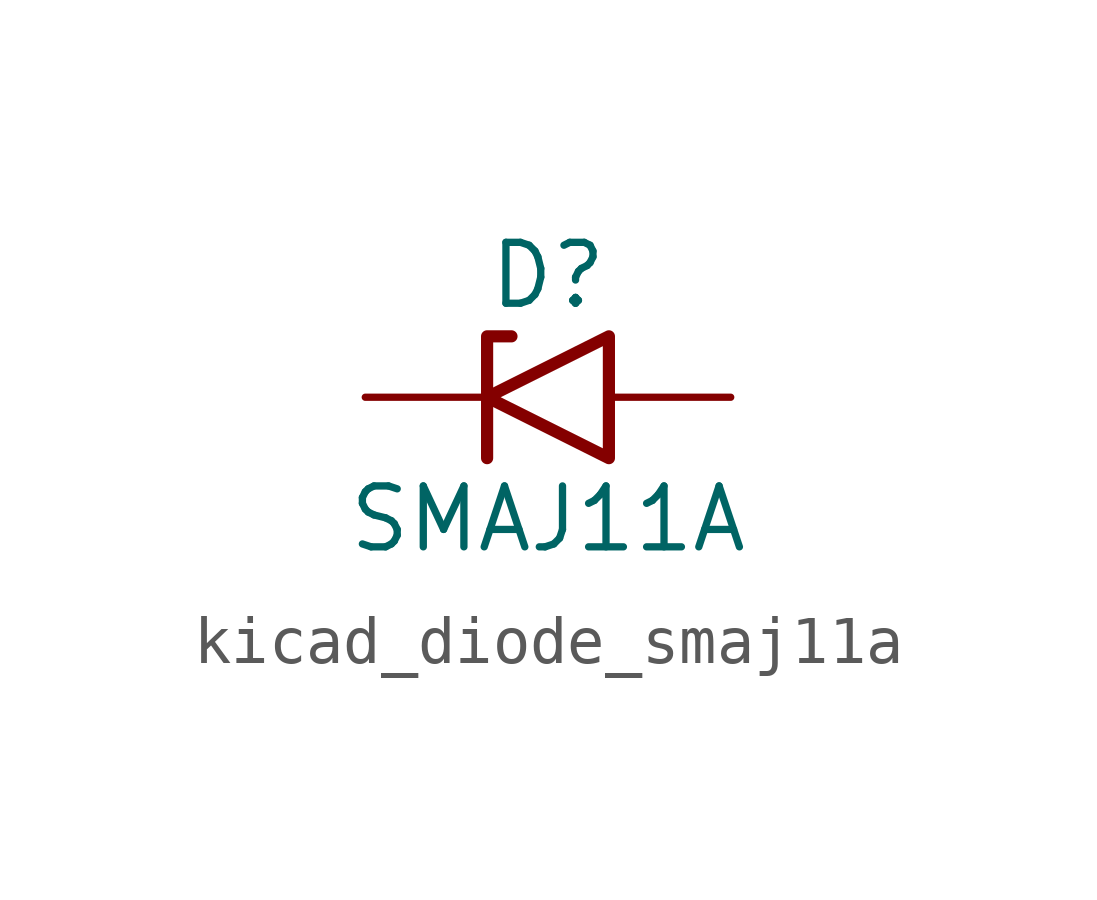
<source format=kicad_sym>
(kicad_symbol_lib
  (version 20220914)
  (generator kicad_symbol_editor)
  (symbol "kicad_diode_smaj11a"
    (pin_numbers hide)
    (pin_names
      (offset 1.016) hide)
    (property "Reference" "D"
      (at 0 2.54 0)
      (effects (font (size 1.27 1.27))))
    (property "Value" "SMAJ11A"
      (at 0 -2.54 0)
      (effects (font (size 1.27 1.27))))
    (symbol "kicad_diode_smaj11a_0_1"
      (polyline (pts (xy -0.762 1.27) (xy -1.27 1.27) (xy -1.27 -1.27)) (stroke (width 0.254) (type default)) (fill (type none)))
      (polyline (pts (xy 1.27 1.27) (xy 1.27 -1.27) (xy -1.27 0) (xy 1.27 1.27)) (stroke (width 0.254) (type default)) (fill (type none))))
    (symbol "kicad_diode_smaj11a_1_1"
      (pin passive line (at -3.81 0 0) (length 2.54) (name "A1" (effects (font (size 1.27 1.27)))) (number "1" (effects (font (size 1.27 1.27)))))
      (pin passive line (at 3.81 0 180) (length 2.54) (name "A2" (effects (font (size 1.27 1.27)))) (number "2" (effects (font (size 1.27 1.27))))))))
</source>
